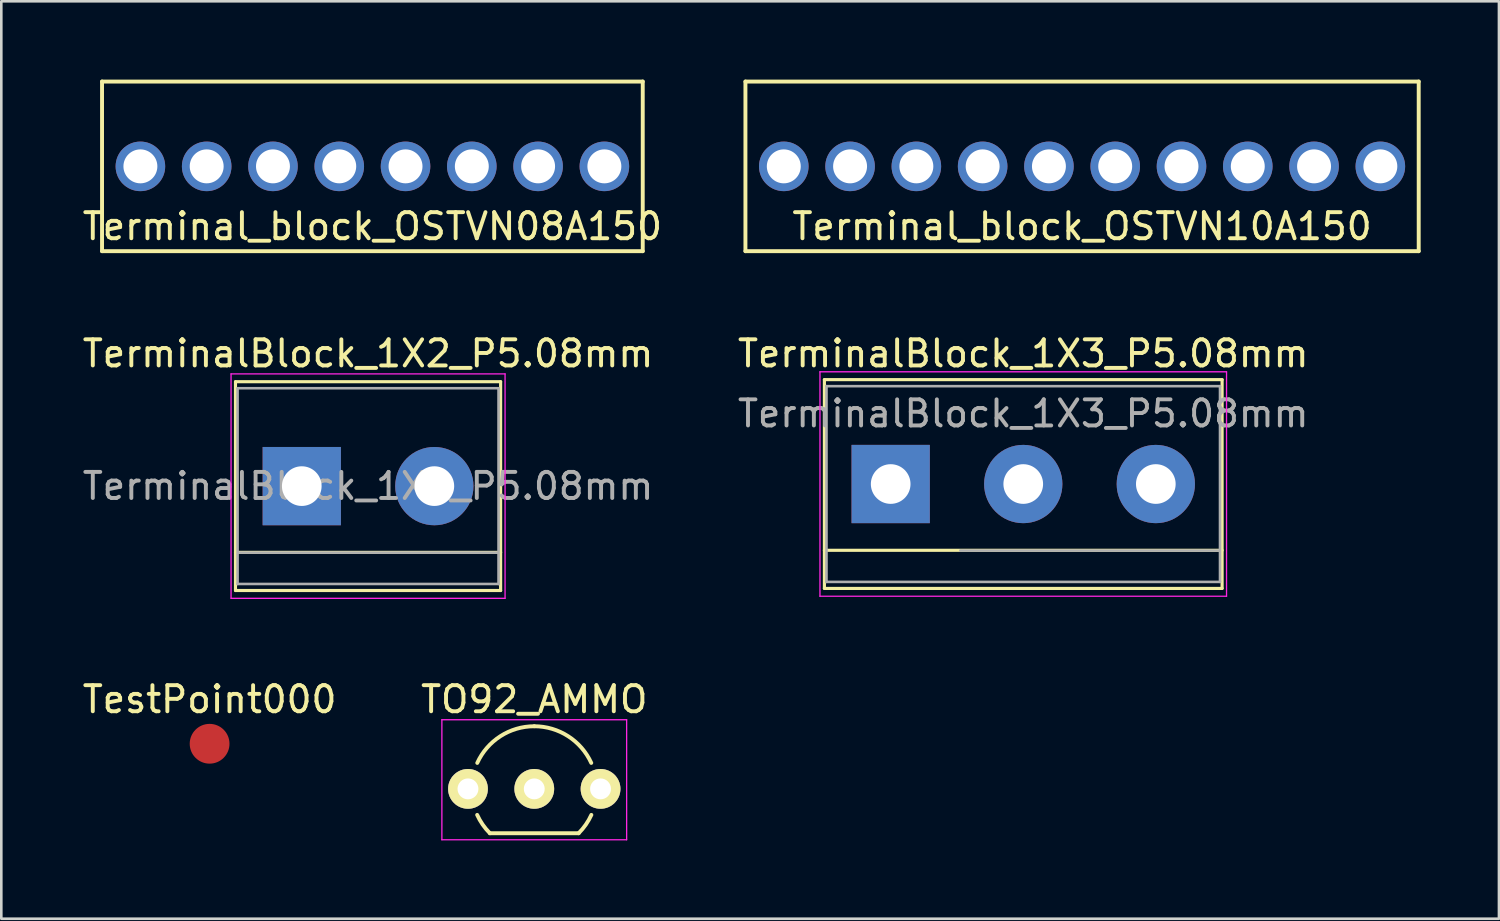
<source format=kicad_pcb>
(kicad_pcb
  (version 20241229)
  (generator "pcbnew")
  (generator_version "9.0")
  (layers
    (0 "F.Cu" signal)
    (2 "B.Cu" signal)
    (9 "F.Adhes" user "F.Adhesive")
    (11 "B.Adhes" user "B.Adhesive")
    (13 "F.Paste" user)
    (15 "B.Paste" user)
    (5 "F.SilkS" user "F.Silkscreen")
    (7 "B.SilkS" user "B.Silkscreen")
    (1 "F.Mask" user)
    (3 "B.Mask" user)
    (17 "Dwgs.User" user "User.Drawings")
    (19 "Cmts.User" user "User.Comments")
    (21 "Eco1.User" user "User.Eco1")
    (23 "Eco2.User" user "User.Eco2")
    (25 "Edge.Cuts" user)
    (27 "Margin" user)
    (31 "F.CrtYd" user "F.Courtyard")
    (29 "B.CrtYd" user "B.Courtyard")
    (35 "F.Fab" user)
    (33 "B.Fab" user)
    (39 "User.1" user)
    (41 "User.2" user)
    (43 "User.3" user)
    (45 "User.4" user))
  (footprint "Terminal_block_OSTVN10A150"
    (layer "F.Cu")
    (at 38.415 3.325)
    (property "Reference" "Terminal_block_OSTVN10A150" (at 0 2.3 0) (layer "F.SilkS") (effects (font (size 1 1) (thickness 0.15))))
    (attr through_hole)
    (fp_line (start -12.9 -3.25) (end 12.9 -3.25) (stroke (width 0.15) (type solid)) (layer "F.SilkS"))
    (fp_line (start -12.9 3.25) (end -12.9 -3.25) (stroke (width 0.15) (type solid)) (layer "F.SilkS"))
    (fp_line (start -12.9 3.25) (end 12.9 3.25) (stroke (width 0.15) (type solid)) (layer "F.SilkS"))
    (fp_line (start 12.9 -3.25) (end 12.9 3.25) (stroke (width 0.15) (type solid)) (layer "F.SilkS"))
    (pad "1" thru_hole circle (at -11.43 0) (size 1.9 1.9) (drill 1.3) (layers "*.Cu" "*.Mask"))
    (pad "2" thru_hole circle (at -8.89 0) (size 1.9 1.9) (drill 1.3) (layers "*.Cu" "*.Mask"))
    (pad "3" thru_hole circle (at -6.35 0) (size 1.9 1.9) (drill 1.3) (layers "*.Cu" "*.Mask"))
    (pad "4" thru_hole circle (at -3.81 0) (size 1.9 1.9) (drill 1.3) (layers "*.Cu" "*.Mask"))
    (pad "5" thru_hole circle (at -1.27 0) (size 1.9 1.9) (drill 1.3) (layers "*.Cu" "*.Mask"))
    (pad "6" thru_hole circle (at 1.27 0) (size 1.9 1.9) (drill 1.3) (layers "*.Cu" "*.Mask"))
    (pad "7" thru_hole circle (at 3.81 0) (size 1.9 1.9) (drill 1.3) (layers "*.Cu" "*.Mask"))
    (pad "8" thru_hole circle (at 6.35 0) (size 1.9 1.9) (drill 1.3) (layers "*.Cu" "*.Mask"))
    (pad "9" thru_hole circle (at 8.89 0) (size 1.9 1.9) (drill 1.3) (layers "*.Cu" "*.Mask"))
    (pad "10" thru_hole circle (at 11.43 0) (size 1.9 1.9) (drill 1.3) (layers "*.Cu" "*.Mask")))
  (footprint "TerminalBlock_1X2_P5.08mm"
    (layer "F.Cu")
    (at 8.514 15.578)
    (property "Reference" "TerminalBlock_1X2_P5.08mm" (at 2.54 -5.08 0) (layer "F.SilkS") (effects (font (size 1 1) (thickness 0.15))))
    (attr through_hole)
    (fp_line (start -2.54 -4) (end -2.54 4) (stroke (width 0.12) (type solid)) (layer "F.SilkS"))
    (fp_line (start -2.54 4) (end 7.62 4) (stroke (width 0.12) (type solid)) (layer "F.SilkS"))
    (fp_line (start 7.62 -4) (end -2.54 -4) (stroke (width 0.12) (type solid)) (layer "F.SilkS"))
    (fp_line (start 7.62 2.54) (end -2.54 2.54) (stroke (width 0.12) (type solid)) (layer "F.SilkS"))
    (fp_line (start 7.62 4) (end 7.62 -4) (stroke (width 0.12) (type solid)) (layer "F.SilkS"))
    (fp_line (start -2.71 -4.3) (end -2.71 4.3) (stroke (width 0.05) (type solid)) (layer "F.CrtYd"))
    (fp_line (start -2.71 -4.3) (end 7.79 -4.3) (stroke (width 0.05) (type solid)) (layer "F.CrtYd"))
    (fp_line (start 7.79 4.3) (end -2.71 4.3) (stroke (width 0.05) (type solid)) (layer "F.CrtYd"))
    (fp_line (start 7.79 4.3) (end 7.79 -4.3) (stroke (width 0.05) (type solid)) (layer "F.CrtYd"))
    (fp_line (start -2.46 -3.75) (end -2.46 3.75) (stroke (width 0.1) (type solid)) (layer "F.Fab"))
    (fp_line (start -2.46 3.75) (end 7.54 3.75) (stroke (width 0.1) (type solid)) (layer "F.Fab"))
    (fp_line (start -2.41 2.55) (end 7.49 2.55) (stroke (width 0.1) (type solid)) (layer "F.Fab"))
    (fp_line (start 7.54 -3.75) (end -2.46 -3.75) (stroke (width 0.1) (type solid)) (layer "F.Fab"))
    (fp_line (start 7.54 3.75) (end 7.54 -3.75) (stroke (width 0.1) (type solid)) (layer "F.Fab"))
    (fp_text user "${REFERENCE}" (at 2.54 0 0) (layer "F.Fab") (effects (font (size 1 1) (thickness 0.15))))
    (pad "1" thru_hole rect (at 0 0) (size 3 3) (drill 1.52) (layers "*.Cu" "*.Mask"))
    (pad "2" thru_hole circle (at 5.08 0) (size 3 3) (drill 1.52) (layers "*.Cu" "*.Mask")))
  (footprint "TestPoint000"
    (layer "F.Cu")
    (at 4.982 25.451)
    (property "Reference" "TestPoint000" (at 0 -1.7 0) (layer "F.SilkS") (effects (font (size 1 1) (thickness 0.15))))
    (attr through_hole)
    (pad "1" smd circle (at 0 0) (size 1.524 1.524) (layers "F.Cu" "F.Mask" "F.Paste")))
  (footprint "Terminal_block_OSTVN08A150"
    (layer "F.Cu")
    (at 11.22 3.325)
    (property "Reference" "Terminal_block_OSTVN08A150" (at 0 2.3 0) (layer "F.SilkS") (effects (font (size 1 1) (thickness 0.15))))
    (attr through_hole)
    (fp_line (start -10.36 -3.25) (end 10.36 -3.25) (stroke (width 0.15) (type solid)) (layer "F.SilkS"))
    (fp_line (start -10.36 3.25) (end -10.36 -3.25) (stroke (width 0.15) (type solid)) (layer "F.SilkS"))
    (fp_line (start -10.36 3.25) (end 10.36 3.25) (stroke (width 0.15) (type solid)) (layer "F.SilkS"))
    (fp_line (start 10.36 -3.25) (end 10.36 3.25) (stroke (width 0.15) (type solid)) (layer "F.SilkS"))
    (pad "1" thru_hole circle (at -8.89 0) (size 1.9 1.9) (drill 1.3) (layers "*.Cu" "*.Mask"))
    (pad "2" thru_hole circle (at -6.35 0) (size 1.9 1.9) (drill 1.3) (layers "*.Cu" "*.Mask"))
    (pad "3" thru_hole circle (at -3.81 0) (size 1.9 1.9) (drill 1.3) (layers "*.Cu" "*.Mask"))
    (pad "4" thru_hole circle (at -1.27 0) (size 1.9 1.9) (drill 1.3) (layers "*.Cu" "*.Mask"))
    (pad "5" thru_hole circle (at 1.27 0) (size 1.9 1.9) (drill 1.3) (layers "*.Cu" "*.Mask"))
    (pad "6" thru_hole circle (at 3.81 0) (size 1.9 1.9) (drill 1.3) (layers "*.Cu" "*.Mask"))
    (pad "7" thru_hole circle (at 6.35 0) (size 1.9 1.9) (drill 1.3) (layers "*.Cu" "*.Mask"))
    (pad "8" thru_hole circle (at 8.89 0) (size 1.9 1.9) (drill 1.3) (layers "*.Cu" "*.Mask")))
  (footprint "TerminalBlock_1X3_P5.08mm"
    (layer "F.Cu")
    (at 36.161 15.498)
    (property "Reference" "TerminalBlock_1X3_P5.08mm" (at 0 -5 0) (layer "F.SilkS") (effects (font (size 1 1) (thickness 0.15))))
    (attr through_hole)
    (fp_line (start -7.62 -4) (end -7.62 4) (stroke (width 0.12) (type solid)) (layer "F.SilkS"))
    (fp_line (start -7.62 4) (end 7.62 4) (stroke (width 0.12) (type solid)) (layer "F.SilkS"))
    (fp_line (start 7.62 -4) (end -7.62 -4) (stroke (width 0.12) (type solid)) (layer "F.SilkS"))
    (fp_line (start 7.62 2.54) (end -7.62 2.54) (stroke (width 0.12) (type solid)) (layer "F.SilkS"))
    (fp_line (start 7.62 4) (end 7.62 -4) (stroke (width 0.12) (type solid)) (layer "F.SilkS"))
    (fp_line (start -7.79 -4.3) (end -7.79 4.3) (stroke (width 0.05) (type solid)) (layer "F.CrtYd"))
    (fp_line (start -7.79 -4.3) (end 7.79 -4.3) (stroke (width 0.05) (type solid)) (layer "F.CrtYd"))
    (fp_line (start 7.79 4.3) (end -7.79 4.3) (stroke (width 0.05) (type solid)) (layer "F.CrtYd"))
    (fp_line (start 7.79 4.3) (end 7.79 -4.3) (stroke (width 0.05) (type solid)) (layer "F.CrtYd"))
    (fp_line (start -7.54 -3.75) (end -7.54 3.75) (stroke (width 0.1) (type solid)) (layer "F.Fab"))
    (fp_line (start -7.54 3.75) (end 7.54 3.75) (stroke (width 0.1) (type solid)) (layer "F.Fab"))
    (fp_line (start -2.41 2.55) (end 7.49 2.55) (stroke (width 0.1) (type solid)) (layer "F.Fab"))
    (fp_line (start 7.54 -3.75) (end -7.54 -3.75) (stroke (width 0.1) (type solid)) (layer "F.Fab"))
    (fp_line (start 7.54 3.75) (end 7.54 -3.75) (stroke (width 0.1) (type solid)) (layer "F.Fab"))
    (fp_text user "${REFERENCE}" (at 0 -2.7 0) (layer "F.Fab") (effects (font (size 1 1) (thickness 0.15))))
    (pad "1" thru_hole rect (at -5.08 0) (size 3 3) (drill 1.52) (layers "*.Cu" "*.Mask"))
    (pad "2" thru_hole circle (at 0 0) (size 3 3) (drill 1.52) (layers "*.Cu" "*.Mask"))
    (pad "3" thru_hole circle (at 5.08 0) (size 3 3) (drill 1.52) (layers "*.Cu" "*.Mask")))
  (footprint "TO92_AMMO"
    (layer "F.Cu")
    (at 17.423 27.18)
    (property "Reference" "TO92_AMMO" (at 0 -3.429 180) (layer "F.SilkS") (effects (font (size 1 1) (thickness 0.15))))
    (attr through_hole)
    (fp_line (start -1.7 1.7) (end 1.7 1.7) (stroke (width 0.15) (type solid)) (layer "F.SilkS"))
    (fp_arc (start -2.183907 -0.995264) (mid -1.298339 -2.018494) (end 0 -2.4) (stroke (width 0.15) (type solid)) (layer "F.SilkS"))
    (fp_arc (start -1.7 1.7) (mid -1.975373 1.370365) (end -2.187695 0.99699) (stroke (width 0.15) (type solid)) (layer "F.SilkS"))
    (fp_arc (start 0 -2.4) (mid 1.298339 -2.018494) (end 2.183907 -0.995264) (stroke (width 0.15) (type solid)) (layer "F.SilkS"))
    (fp_arc (start 2.187695 0.99699) (mid 1.975373 1.370365) (end 1.7 1.7) (stroke (width 0.15) (type solid)) (layer "F.SilkS"))
    (fp_line (start -3.54 -2.65) (end 3.54 -2.65) (stroke (width 0.05) (type solid)) (layer "F.CrtYd"))
    (fp_line (start -3.54 1.95) (end -3.54 -2.65) (stroke (width 0.05) (type solid)) (layer "F.CrtYd"))
    (fp_line (start -3.54 1.95) (end 3.54 1.95) (stroke (width 0.05) (type solid)) (layer "F.CrtYd"))
    (fp_line (start 3.54 1.95) (end 3.54 -2.65) (stroke (width 0.05) (type solid)) (layer "F.CrtYd"))
    (pad "1" thru_hole circle (at -2.54 0 90) (size 1.524 1.524) (drill 0.8) (layers "*.Cu" "*.Mask" "F.SilkS"))
    (pad "2" thru_hole circle (at 0 0 90) (size 1.524 1.524) (drill 0.8) (layers "*.Cu" "*.Mask" "F.SilkS"))
    (pad "3" thru_hole circle (at 2.54 0 90) (size 1.524 1.524) (drill 0.8) (layers "*.Cu" "*.Mask" "F.SilkS")))
  (gr_rect
    (start -3 -3)
    (end 54.39 32.156)
    (stroke (width 0.1) (type default))
    (fill no)
    (layer "Edge.Cuts")))
</source>
